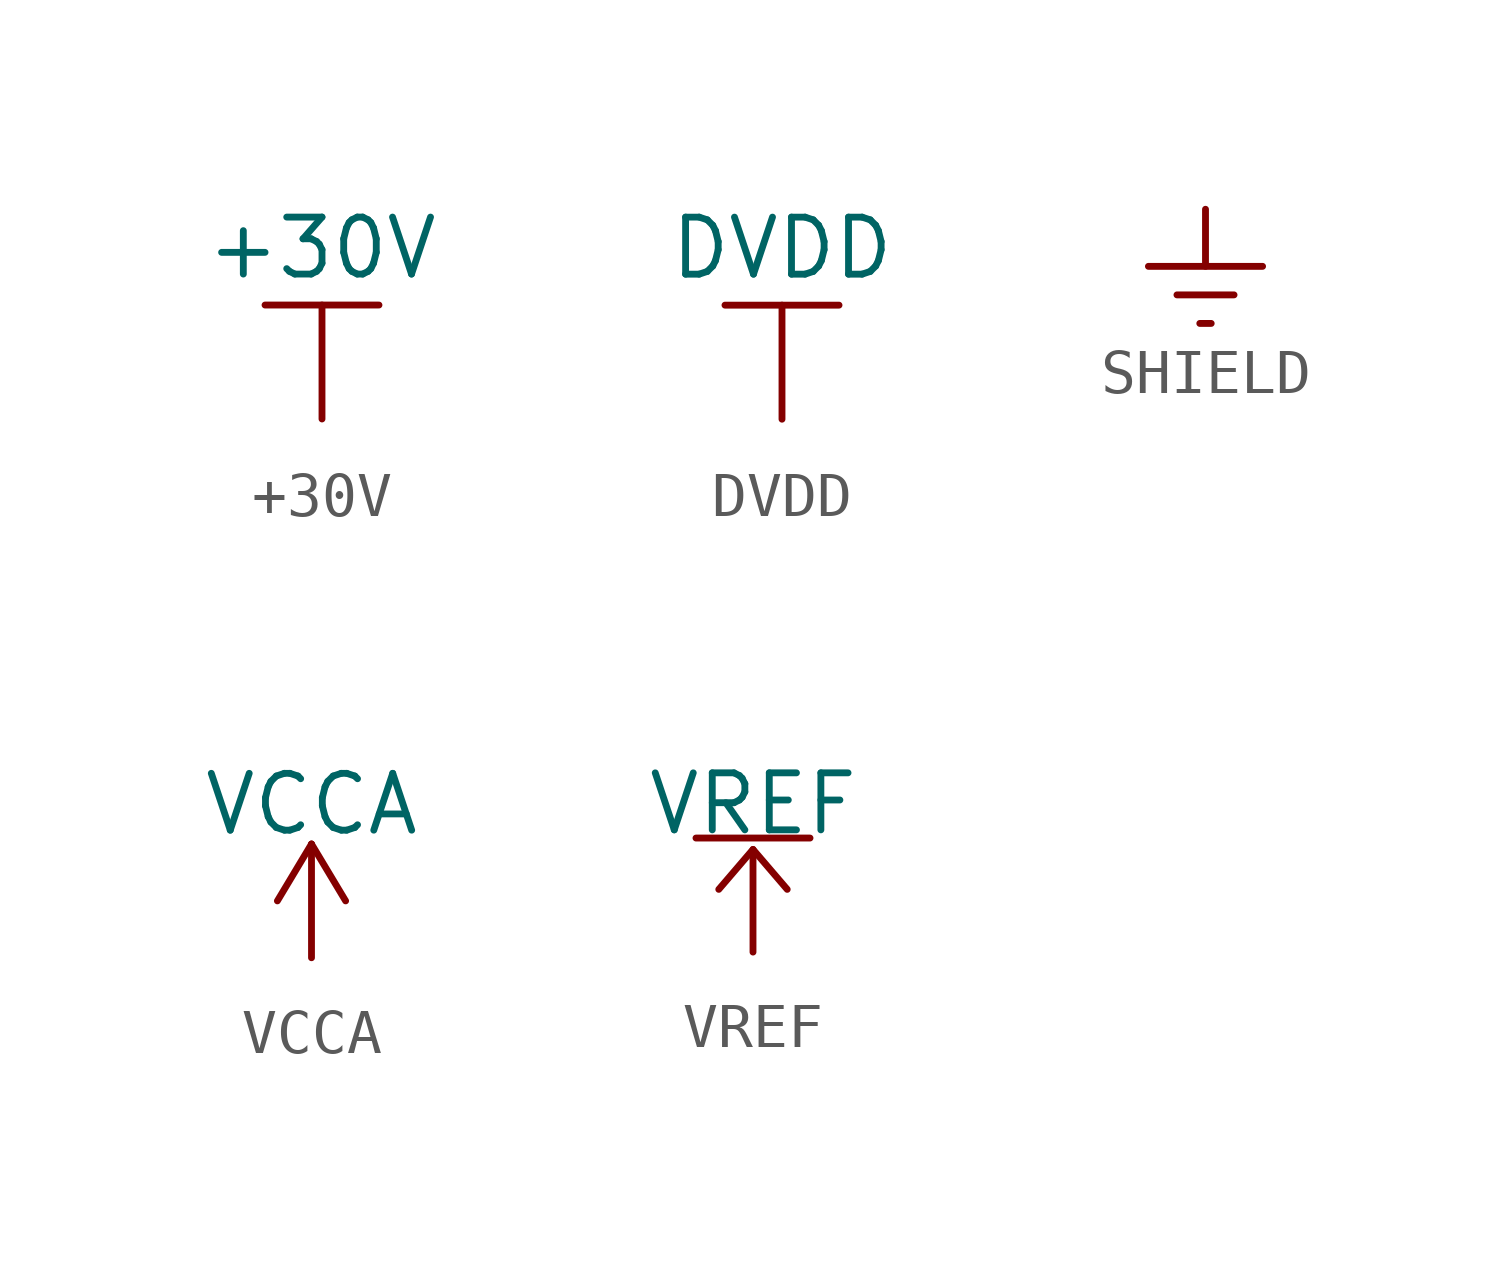
<source format=kicad_sym>
(kicad_symbol_lib
  (version 20231120)
  (generator "kicad_symbol_editor")
  (generator_version "8.0")
  (symbol "+30V"
    (power)
    (property "Reference" "#PWR"
      (at 3.81 0 0)
      (effects (font (size 1.27 1.27)) (hide yes)))
    (property "Value" "+30V"
      (at 0 3.81 0)
      (effects (font (size 1.27 1.27))))
    (symbol "+30V_0_0"
      (pin power_in line (at 0 0 90) (length 0) hide (name "+30V" (effects (font (size 1.27 1.27)))) (number "1" (effects (font (size 1.27 1.27))))))
    (symbol "+30V_0_1"
      (polyline (pts (xy -1.27 2.54) (xy 1.27 2.54)) (stroke (width 0) (type default)) (fill (type none)))
      (polyline (pts (xy 0 0) (xy 0 2.54)) (stroke (width 0) (type default)) (fill (type none)))))
  (symbol "DVDD"
    (power)
    (property "Reference" "#PWR"
      (at 3.81 0 0)
      (effects (font (size 1.27 1.27)) (hide yes)))
    (property "Value" "DVDD"
      (at 0 3.81 0)
      (effects (font (size 1.27 1.27))))
    (symbol "DVDD_0_0"
      (pin power_in line (at 0 0 90) (length 0) hide (name "DVDD" (effects (font (size 1.27 1.27)))) (number "1" (effects (font (size 1.27 1.27))))))
    (symbol "DVDD_0_1"
      (polyline (pts (xy -1.27 2.54) (xy 1.27 2.54)) (stroke (width 0) (type default)) (fill (type none)))
      (polyline (pts (xy 0 0) (xy 0 2.54)) (stroke (width 0) (type default)) (fill (type none)))))
  (symbol "SHIELD"
    (power)
    (pin_names
      (offset 0))
    (property "Reference" "#PWR"
      (at 0 -6.35 0)
      (effects (font (size 1.27 1.27)) (hide yes)))
    (symbol "SHIELD_0_1"
      (polyline (pts (xy -0.635 -1.905) (xy 0.635 -1.905)) (stroke (width 0) (type default)) (fill (type none)))
      (polyline (pts (xy -0.127 -2.54) (xy 0.127 -2.54)) (stroke (width 0) (type default)) (fill (type none)))
      (polyline (pts (xy 0 -1.27) (xy 0 0)) (stroke (width 0) (type default)) (fill (type none)))
      (polyline (pts (xy 1.27 -1.27) (xy -1.27 -1.27)) (stroke (width 0) (type default)) (fill (type none))))
    (symbol "SHIELD_1_1"
      (pin power_in line (at 0 0 270) (length 0) hide (name "SHIELD" (effects (font (size 1.27 1.27)))) (number "1" (effects (font (size 1.27 1.27)))))))
  (symbol "VCCA"
    (power)
    (pin_names
      (offset 0))
    (property "Reference" "#PWR"
      (at 0 -3.81 0)
      (effects (font (size 1.27 1.27)) (hide yes)))
    (property "Value" "VCCA"
      (at 0 3.429 0)
      (effects (font (size 1.27 1.27))))
    (symbol "VCCA_0_1"
      (polyline (pts (xy -0.762 1.27) (xy 0 2.54)) (stroke (width 0) (type default)) (fill (type none)))
      (polyline (pts (xy 0 0) (xy 0 2.54)) (stroke (width 0) (type default)) (fill (type none)))
      (polyline (pts (xy 0 2.54) (xy 0.762 1.27)) (stroke (width 0) (type default)) (fill (type none))))
    (symbol "VCCA_1_1"
      (pin power_in line (at 0 0 90) (length 0) hide (name "VCCA" (effects (font (size 1.27 1.27)))) (number "1" (effects (font (size 1.27 1.27)))))))
  (symbol "VREF"
    (power)
    (property "Reference" "#PWR"
      (at 3.81 0 0)
      (effects (font (size 1.27 1.27)) (hide yes)))
    (property "Value" "VREF"
      (at 0 3.302 0)
      (effects (font (size 1.27 1.27))))
    (symbol "VREF_0_0"
      (pin power_in line (at 0 0 90) (length 0) hide (name "VREF" (effects (font (size 1.27 1.27)))) (number "1" (effects (font (size 1.27 1.27))))))
    (symbol "VREF_0_1"
      (polyline (pts (xy -1.27 2.54) (xy 1.27 2.54)) (stroke (width 0) (type default)) (fill (type none)))
      (polyline (pts (xy 0 0) (xy 0 2.286)) (stroke (width 0) (type default)) (fill (type none)))
      (polyline (pts (xy -0.762 1.397) (xy 0 2.286) (xy 0.762 1.397)) (stroke (width 0) (type default)) (fill (type none))))))
</source>
